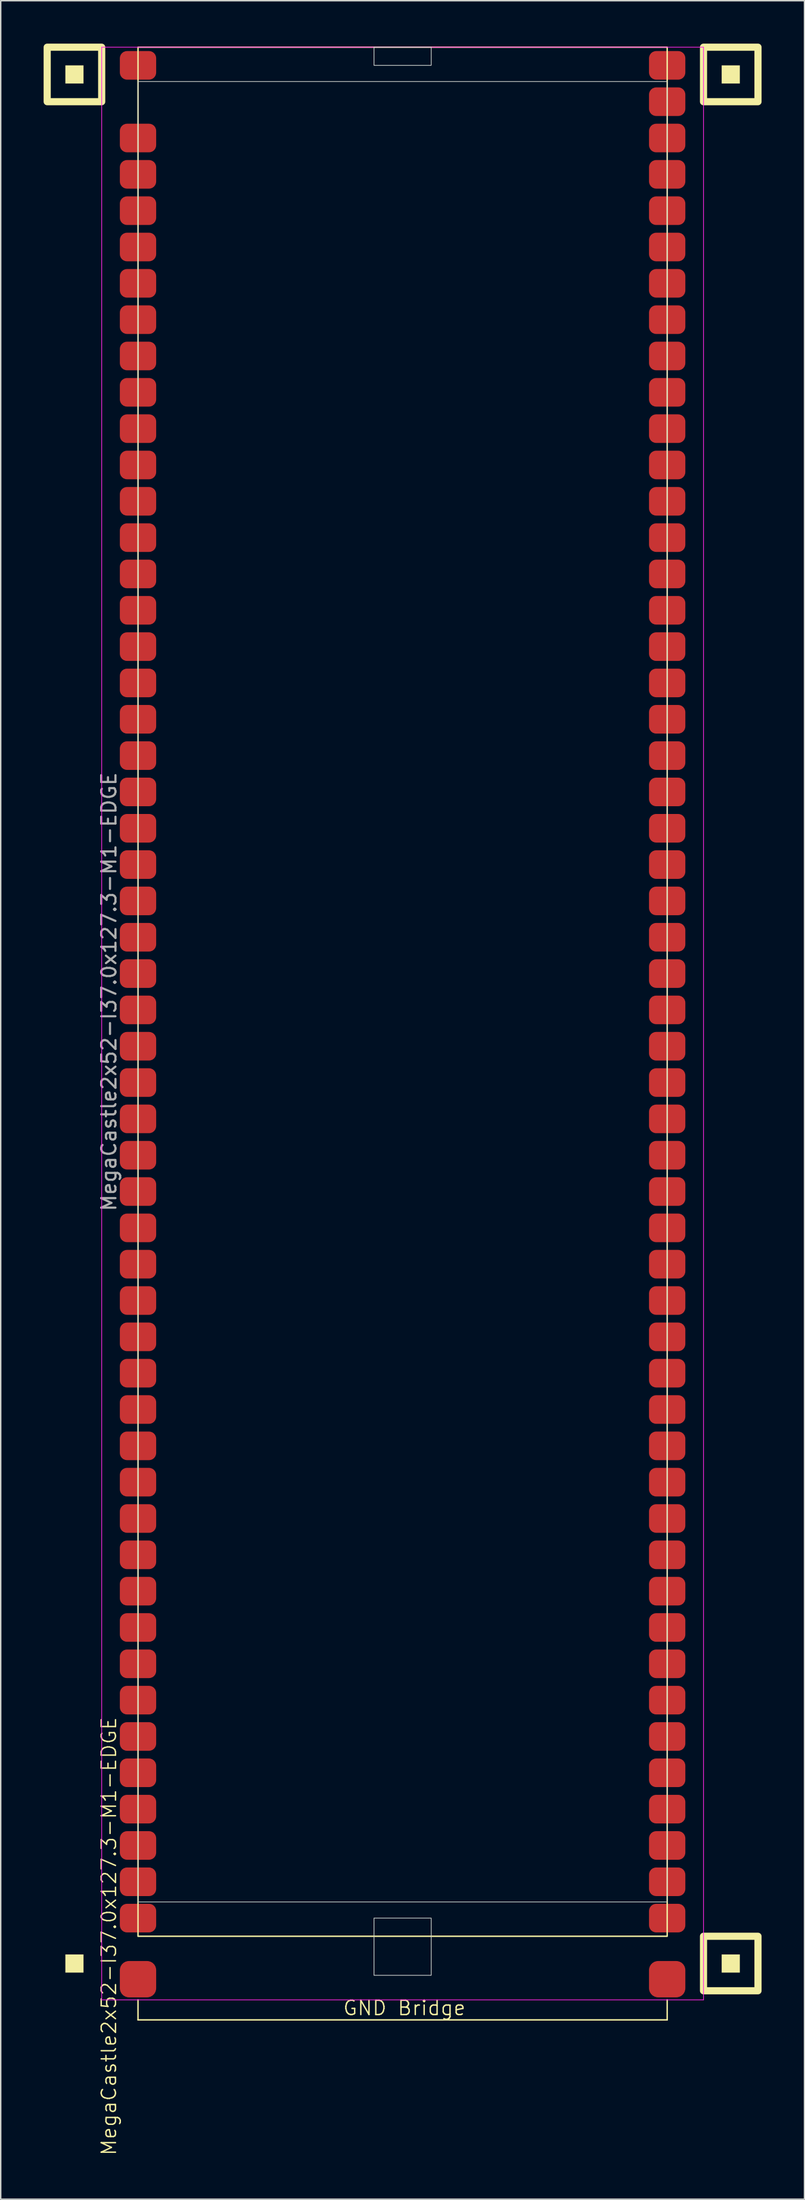
<source format=kicad_pcb>
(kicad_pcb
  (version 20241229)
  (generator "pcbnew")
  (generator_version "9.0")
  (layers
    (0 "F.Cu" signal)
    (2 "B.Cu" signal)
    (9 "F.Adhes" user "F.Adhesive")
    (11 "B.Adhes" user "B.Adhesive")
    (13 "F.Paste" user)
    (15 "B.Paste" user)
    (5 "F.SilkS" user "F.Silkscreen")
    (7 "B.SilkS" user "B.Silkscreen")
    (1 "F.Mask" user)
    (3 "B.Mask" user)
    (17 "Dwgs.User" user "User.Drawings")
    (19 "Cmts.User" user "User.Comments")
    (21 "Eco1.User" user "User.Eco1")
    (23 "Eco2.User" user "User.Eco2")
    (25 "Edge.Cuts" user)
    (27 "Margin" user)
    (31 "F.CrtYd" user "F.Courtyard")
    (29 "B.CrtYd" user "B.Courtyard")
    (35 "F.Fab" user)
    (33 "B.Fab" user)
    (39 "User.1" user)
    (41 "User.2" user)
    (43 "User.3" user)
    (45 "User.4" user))
  (footprint "MegaCastle2x52-I37.0x127.3-M1-EDGE"
    (layer "F.Cu")
    (at 25.1 66.29)
    (property "Reference" "MegaCastle2x52-I37.0x127.3-M1-EDGE" (at -20.532 66.04 90) (unlocked yes) (layer "F.SilkS") (effects (font (size 1 1) (thickness 0.1))))
    (attr smd)
    (fp_line (start -18.5 70.485) (end -18.5 71.885) (stroke (width 0.1) (type default)) (layer "F.SilkS"))
    (fp_line (start -18.5 71.885) (end 18.5 71.885) (stroke (width 0.1) (type default)) (layer "F.SilkS"))
    (fp_line (start 18.5 70.485) (end 18.5 71.885) (stroke (width 0.1) (type default)) (layer "F.SilkS"))
    (fp_rect (start -22.31 -63.5) (end -23.58 -64.77) (stroke (width 0) (type solid)) (fill yes) (layer "F.SilkS"))
    (fp_rect (start -22.31 68.58) (end -23.58 67.31) (stroke (width 0) (type solid)) (fill yes) (layer "F.SilkS"))
    (fp_rect (start -21.04 -62.23) (end -24.85 -66.04) (stroke (width 0.5) (type default)) (fill no) (layer "F.SilkS"))
    (fp_rect (start -18.5 -66.04) (end 18.5 66.04) (stroke (width 0.1) (type default)) (fill no) (layer "F.SilkS"))
    (fp_rect (start 23.58 -63.5) (end 22.31 -64.77) (stroke (width 0) (type solid)) (fill yes) (layer "F.SilkS"))
    (fp_rect (start 23.58 68.58) (end 22.31 67.31) (stroke (width 0) (type solid)) (fill yes) (layer "F.SilkS"))
    (fp_rect (start 24.85 -62.23) (end 21.04 -66.04) (stroke (width 0.5) (type default)) (fill no) (layer "F.SilkS"))
    (fp_rect (start 24.85 69.85) (end 21.04 66.04) (stroke (width 0.5) (type default)) (fill no) (layer "F.SilkS"))
    (fp_rect (start -18.5 -63.64) (end 18.5 63.64) (stroke (width 0.05) (type default)) (fill no) (layer "Edge.Cuts"))
    (fp_rect (start -2 -64.77) (end 2 -66.04) (stroke (width 0.05) (type default)) (fill no) (layer "Edge.Cuts"))
    (fp_rect (start -2 64.77) (end 2 68.77) (stroke (width 0.05) (type default)) (fill no) (layer "Edge.Cuts"))
    (fp_line (start -21.04 -66.04) (end -21.04 70.485) (stroke (width 0.05) (type default)) (layer "F.CrtYd"))
    (fp_line (start -21.04 70.485) (end 21.04 70.485) (stroke (width 0.05) (type default)) (layer "F.CrtYd"))
    (fp_line (start 21.04 -66.04) (end -21.04 -66.04) (stroke (width 0.05) (type default)) (layer "F.CrtYd"))
    (fp_line (start 21.04 -66.04) (end 21.04 70.485) (stroke (width 0.05) (type default)) (layer "F.CrtYd"))
    (fp_text user "GND Bridge" (at -4.226 71.64 0) (unlocked yes) (layer "F.SilkS") (effects (font (size 1 1) (thickness 0.1)) (justify left bottom)))
    (fp_text user "${REFERENCE}" (at -20.532 0 90) (unlocked yes) (layer "F.Fab") (effects (font (size 1 1) (thickness 0.15))))
    (pad "1" smd roundrect (at -18.5 -64.77) (size 2.54 2) (layers "F.Cu" "F.Mask" "F.Paste") (roundrect_rratio 0.25))
    (pad "3" smd roundrect (at -18.5 -59.69) (size 2.54 2) (layers "F.Cu" "F.Mask" "F.Paste") (roundrect_rratio 0.25))
    (pad "4" smd roundrect (at -18.5 -57.15) (size 2.54 2) (layers "F.Cu" "F.Mask" "F.Paste") (roundrect_rratio 0.25))
    (pad "5" smd roundrect (at -18.5 -54.61) (size 2.54 2) (layers "F.Cu" "F.Mask" "F.Paste") (roundrect_rratio 0.25))
    (pad "6" smd roundrect (at -18.5 -52.07) (size 2.54 2) (layers "F.Cu" "F.Mask" "F.Paste") (roundrect_rratio 0.25))
    (pad "7" smd roundrect (at -18.5 -49.53) (size 2.54 2) (layers "F.Cu" "F.Mask" "F.Paste") (roundrect_rratio 0.25))
    (pad "8" smd roundrect (at -18.5 -46.99) (size 2.54 2) (layers "F.Cu" "F.Mask" "F.Paste") (roundrect_rratio 0.25))
    (pad "9" smd roundrect (at -18.5 -44.45) (size 2.54 2) (layers "F.Cu" "F.Mask" "F.Paste") (roundrect_rratio 0.25))
    (pad "10" smd roundrect (at -18.5 -41.91) (size 2.54 2) (layers "F.Cu" "F.Mask" "F.Paste") (roundrect_rratio 0.25))
    (pad "11" smd roundrect (at -18.5 -39.37) (size 2.54 2) (layers "F.Cu" "F.Mask" "F.Paste") (roundrect_rratio 0.25))
    (pad "12" smd roundrect (at -18.5 -36.83) (size 2.54 2) (layers "F.Cu" "F.Mask" "F.Paste") (roundrect_rratio 0.25))
    (pad "13" smd roundrect (at -18.5 -34.29) (size 2.54 2) (layers "F.Cu" "F.Mask" "F.Paste") (roundrect_rratio 0.25))
    (pad "14" smd roundrect (at -18.5 -31.75) (size 2.54 2) (layers "F.Cu" "F.Mask" "F.Paste") (roundrect_rratio 0.25))
    (pad "15" smd roundrect (at -18.5 -29.21) (size 2.54 2) (layers "F.Cu" "F.Mask" "F.Paste") (roundrect_rratio 0.25))
    (pad "16" smd roundrect (at -18.5 -26.67) (size 2.54 2) (layers "F.Cu" "F.Mask" "F.Paste") (roundrect_rratio 0.25))
    (pad "17" smd roundrect (at -18.5 -24.13) (size 2.54 2) (layers "F.Cu" "F.Mask" "F.Paste") (roundrect_rratio 0.25))
    (pad "18" smd roundrect (at -18.5 -21.59) (size 2.54 2) (layers "F.Cu" "F.Mask" "F.Paste") (roundrect_rratio 0.25))
    (pad "19" smd roundrect (at -18.5 -19.05) (size 2.54 2) (layers "F.Cu" "F.Mask" "F.Paste") (roundrect_rratio 0.25))
    (pad "20" smd roundrect (at -18.5 -16.51) (size 2.54 2) (layers "F.Cu" "F.Mask" "F.Paste") (roundrect_rratio 0.25))
    (pad "21" smd roundrect (at -18.5 -13.97) (size 2.54 2) (layers "F.Cu" "F.Mask" "F.Paste") (roundrect_rratio 0.25))
    (pad "22" smd roundrect (at -18.5 -11.43) (size 2.54 2) (layers "F.Cu" "F.Mask" "F.Paste") (roundrect_rratio 0.25))
    (pad "23" smd roundrect (at -18.5 -8.89) (size 2.54 2) (layers "F.Cu" "F.Mask" "F.Paste") (roundrect_rratio 0.25))
    (pad "24" smd roundrect (at -18.5 -6.35) (size 2.54 2) (layers "F.Cu" "F.Mask" "F.Paste") (roundrect_rratio 0.25))
    (pad "25" smd roundrect (at -18.5 -3.81) (size 2.54 2) (layers "F.Cu" "F.Mask" "F.Paste") (roundrect_rratio 0.25))
    (pad "26" smd roundrect (at -18.5 -1.27) (size 2.54 2) (layers "F.Cu" "F.Mask" "F.Paste") (roundrect_rratio 0.25))
    (pad "27" smd roundrect (at -18.5 1.27) (size 2.54 2) (layers "F.Cu" "F.Mask" "F.Paste") (roundrect_rratio 0.25))
    (pad "28" smd roundrect (at -18.5 3.81) (size 2.54 2) (layers "F.Cu" "F.Mask" "F.Paste") (roundrect_rratio 0.25))
    (pad "29" smd roundrect (at -18.5 6.35) (size 2.54 2) (layers "F.Cu" "F.Mask" "F.Paste") (roundrect_rratio 0.25))
    (pad "30" smd roundrect (at -18.5 8.89) (size 2.54 2) (layers "F.Cu" "F.Mask" "F.Paste") (roundrect_rratio 0.25))
    (pad "31" smd roundrect (at -18.5 11.43) (size 2.54 2) (layers "F.Cu" "F.Mask" "F.Paste") (roundrect_rratio 0.25))
    (pad "32" smd roundrect (at -18.5 13.97) (size 2.54 2) (layers "F.Cu" "F.Mask" "F.Paste") (roundrect_rratio 0.25))
    (pad "33" smd roundrect (at -18.5 16.51) (size 2.54 2) (layers "F.Cu" "F.Mask" "F.Paste") (roundrect_rratio 0.25))
    (pad "34" smd roundrect (at -18.5 19.05) (size 2.54 2) (layers "F.Cu" "F.Mask" "F.Paste") (roundrect_rratio 0.25))
    (pad "35" smd roundrect (at -18.5 21.59) (size 2.54 2) (layers "F.Cu" "F.Mask" "F.Paste") (roundrect_rratio 0.25))
    (pad "36" smd roundrect (at -18.5 24.13) (size 2.54 2) (layers "F.Cu" "F.Mask" "F.Paste") (roundrect_rratio 0.25))
    (pad "37" smd roundrect (at -18.5 26.67) (size 2.54 2) (layers "F.Cu" "F.Mask" "F.Paste") (roundrect_rratio 0.25))
    (pad "38" smd roundrect (at -18.5 29.21) (size 2.54 2) (layers "F.Cu" "F.Mask" "F.Paste") (roundrect_rratio 0.25))
    (pad "39" smd roundrect (at -18.5 31.75) (size 2.54 2) (layers "F.Cu" "F.Mask" "F.Paste") (roundrect_rratio 0.25))
    (pad "40" smd roundrect (at -18.5 34.29) (size 2.54 2) (layers "F.Cu" "F.Mask" "F.Paste") (roundrect_rratio 0.25))
    (pad "41" smd roundrect (at -18.5 36.83) (size 2.54 2) (layers "F.Cu" "F.Mask" "F.Paste") (roundrect_rratio 0.25))
    (pad "42" smd roundrect (at -18.5 39.37) (size 2.54 2) (layers "F.Cu" "F.Mask" "F.Paste") (roundrect_rratio 0.25))
    (pad "43" smd roundrect (at -18.5 41.91) (size 2.54 2) (layers "F.Cu" "F.Mask" "F.Paste") (roundrect_rratio 0.25))
    (pad "44" smd roundrect (at -18.5 44.45) (size 2.54 2) (layers "F.Cu" "F.Mask" "F.Paste") (roundrect_rratio 0.25))
    (pad "45" smd roundrect (at -18.5 46.99) (size 2.54 2) (layers "F.Cu" "F.Mask" "F.Paste") (roundrect_rratio 0.25))
    (pad "46" smd roundrect (at -18.5 49.53) (size 2.54 2) (layers "F.Cu" "F.Mask" "F.Paste") (roundrect_rratio 0.25))
    (pad "47" smd roundrect (at -18.5 52.07) (size 2.54 2) (layers "F.Cu" "F.Mask" "F.Paste") (roundrect_rratio 0.25))
    (pad "48" smd roundrect (at -18.5 54.61) (size 2.54 2) (layers "F.Cu" "F.Mask" "F.Paste") (roundrect_rratio 0.25))
    (pad "49" smd roundrect (at -18.5 57.15) (size 2.54 2) (layers "F.Cu" "F.Mask" "F.Paste") (roundrect_rratio 0.25))
    (pad "50" smd roundrect (at -18.5 59.69) (size 2.54 2) (layers "F.Cu" "F.Mask" "F.Paste") (roundrect_rratio 0.25))
    (pad "51" smd roundrect (at -18.5 62.23) (size 2.54 2) (layers "F.Cu" "F.Mask" "F.Paste") (roundrect_rratio 0.25))
    (pad "52" smd roundrect (at -18.5 64.77) (size 2.54 2) (layers "F.Cu" "F.Mask" "F.Paste") (roundrect_rratio 0.25))
    (pad "53" smd roundrect (at 18.5 -64.77) (size 2.54 2) (layers "F.Cu" "F.Mask" "F.Paste") (roundrect_rratio 0.25))
    (pad "54" smd roundrect (at 18.5 -62.23) (size 2.54 2) (layers "F.Cu" "F.Mask" "F.Paste") (roundrect_rratio 0.25))
    (pad "55" smd roundrect (at 18.5 -59.69) (size 2.54 2) (layers "F.Cu" "F.Mask" "F.Paste") (roundrect_rratio 0.25))
    (pad "56" smd roundrect (at 18.5 -57.15) (size 2.54 2) (layers "F.Cu" "F.Mask" "F.Paste") (roundrect_rratio 0.25))
    (pad "57" smd roundrect (at 18.5 -54.61) (size 2.54 2) (layers "F.Cu" "F.Mask" "F.Paste") (roundrect_rratio 0.25))
    (pad "58" smd roundrect (at 18.5 -52.07) (size 2.54 2) (layers "F.Cu" "F.Mask" "F.Paste") (roundrect_rratio 0.25))
    (pad "59" smd roundrect (at 18.5 -49.53) (size 2.54 2) (layers "F.Cu" "F.Mask" "F.Paste") (roundrect_rratio 0.25))
    (pad "60" smd roundrect (at 18.5 -46.99) (size 2.54 2) (layers "F.Cu" "F.Mask" "F.Paste") (roundrect_rratio 0.25))
    (pad "61" smd roundrect (at 18.5 -44.45) (size 2.54 2) (layers "F.Cu" "F.Mask" "F.Paste") (roundrect_rratio 0.25))
    (pad "62" smd roundrect (at 18.5 -41.91) (size 2.54 2) (layers "F.Cu" "F.Mask" "F.Paste") (roundrect_rratio 0.25))
    (pad "63" smd roundrect (at 18.5 -39.37) (size 2.54 2) (layers "F.Cu" "F.Mask" "F.Paste") (roundrect_rratio 0.25))
    (pad "64" smd roundrect (at 18.5 -36.83) (size 2.54 2) (layers "F.Cu" "F.Mask" "F.Paste") (roundrect_rratio 0.25))
    (pad "65" smd roundrect (at 18.5 -34.29) (size 2.54 2) (layers "F.Cu" "F.Mask" "F.Paste") (roundrect_rratio 0.25))
    (pad "66" smd roundrect (at 18.5 -31.75) (size 2.54 2) (layers "F.Cu" "F.Mask" "F.Paste") (roundrect_rratio 0.25))
    (pad "67" smd roundrect (at 18.5 -29.21) (size 2.54 2) (layers "F.Cu" "F.Mask" "F.Paste") (roundrect_rratio 0.25))
    (pad "68" smd roundrect (at 18.5 -26.67) (size 2.54 2) (layers "F.Cu" "F.Mask" "F.Paste") (roundrect_rratio 0.25))
    (pad "69" smd roundrect (at 18.5 -24.13) (size 2.54 2) (layers "F.Cu" "F.Mask" "F.Paste") (roundrect_rratio 0.25))
    (pad "70" smd roundrect (at 18.5 -21.59) (size 2.54 2) (layers "F.Cu" "F.Mask" "F.Paste") (roundrect_rratio 0.25))
    (pad "71" smd roundrect (at 18.5 -19.05) (size 2.54 2) (layers "F.Cu" "F.Mask" "F.Paste") (roundrect_rratio 0.25))
    (pad "72" smd roundrect (at 18.5 -16.51) (size 2.54 2) (layers "F.Cu" "F.Mask" "F.Paste") (roundrect_rratio 0.25))
    (pad "73" smd roundrect (at 18.5 -13.97) (size 2.54 2) (layers "F.Cu" "F.Mask" "F.Paste") (roundrect_rratio 0.25))
    (pad "74" smd roundrect (at 18.5 -11.43) (size 2.54 2) (layers "F.Cu" "F.Mask" "F.Paste") (roundrect_rratio 0.25))
    (pad "75" smd roundrect (at 18.5 -8.89) (size 2.54 2) (layers "F.Cu" "F.Mask" "F.Paste") (roundrect_rratio 0.25))
    (pad "76" smd roundrect (at 18.5 -6.35) (size 2.54 2) (layers "F.Cu" "F.Mask" "F.Paste") (roundrect_rratio 0.25))
    (pad "77" smd roundrect (at 18.5 -3.81) (size 2.54 2) (layers "F.Cu" "F.Mask" "F.Paste") (roundrect_rratio 0.25))
    (pad "78" smd roundrect (at 18.5 -1.27) (size 2.54 2) (layers "F.Cu" "F.Mask" "F.Paste") (roundrect_rratio 0.25))
    (pad "79" smd roundrect (at 18.5 1.27) (size 2.54 2) (layers "F.Cu" "F.Mask" "F.Paste") (roundrect_rratio 0.25))
    (pad "80" smd roundrect (at 18.5 3.81) (size 2.54 2) (layers "F.Cu" "F.Mask" "F.Paste") (roundrect_rratio 0.25))
    (pad "81" smd roundrect (at 18.5 6.35) (size 2.54 2) (layers "F.Cu" "F.Mask" "F.Paste") (roundrect_rratio 0.25))
    (pad "82" smd roundrect (at 18.5 8.89) (size 2.54 2) (layers "F.Cu" "F.Mask" "F.Paste") (roundrect_rratio 0.25))
    (pad "83" smd roundrect (at 18.5 11.43) (size 2.54 2) (layers "F.Cu" "F.Mask" "F.Paste") (roundrect_rratio 0.25))
    (pad "84" smd roundrect (at 18.5 13.97) (size 2.54 2) (layers "F.Cu" "F.Mask" "F.Paste") (roundrect_rratio 0.25))
    (pad "85" smd roundrect (at 18.5 16.51) (size 2.54 2) (layers "F.Cu" "F.Mask" "F.Paste") (roundrect_rratio 0.25))
    (pad "86" smd roundrect (at 18.5 19.05) (size 2.54 2) (layers "F.Cu" "F.Mask" "F.Paste") (roundrect_rratio 0.25))
    (pad "87" smd roundrect (at 18.5 21.59) (size 2.54 2) (layers "F.Cu" "F.Mask" "F.Paste") (roundrect_rratio 0.25))
    (pad "88" smd roundrect (at 18.5 24.13) (size 2.54 2) (layers "F.Cu" "F.Mask" "F.Paste") (roundrect_rratio 0.25))
    (pad "89" smd roundrect (at 18.5 26.67) (size 2.54 2) (layers "F.Cu" "F.Mask" "F.Paste") (roundrect_rratio 0.25))
    (pad "90" smd roundrect (at 18.5 29.21) (size 2.54 2) (layers "F.Cu" "F.Mask" "F.Paste") (roundrect_rratio 0.25))
    (pad "91" smd roundrect (at 18.5 31.75) (size 2.54 2) (layers "F.Cu" "F.Mask" "F.Paste") (roundrect_rratio 0.25))
    (pad "92" smd roundrect (at 18.5 34.29) (size 2.54 2) (layers "F.Cu" "F.Mask" "F.Paste") (roundrect_rratio 0.25))
    (pad "93" smd roundrect (at 18.5 36.83) (size 2.54 2) (layers "F.Cu" "F.Mask" "F.Paste") (roundrect_rratio 0.25))
    (pad "94" smd roundrect (at 18.5 39.37) (size 2.54 2) (layers "F.Cu" "F.Mask" "F.Paste") (roundrect_rratio 0.25))
    (pad "95" smd roundrect (at 18.5 41.91) (size 2.54 2) (layers "F.Cu" "F.Mask" "F.Paste") (roundrect_rratio 0.25))
    (pad "96" smd roundrect (at 18.5 44.45) (size 2.54 2) (layers "F.Cu" "F.Mask" "F.Paste") (roundrect_rratio 0.25))
    (pad "97" smd roundrect (at 18.5 46.99) (size 2.54 2) (layers "F.Cu" "F.Mask" "F.Paste") (roundrect_rratio 0.25))
    (pad "98" smd roundrect (at 18.5 49.53) (size 2.54 2) (layers "F.Cu" "F.Mask" "F.Paste") (roundrect_rratio 0.25))
    (pad "99" smd roundrect (at 18.5 52.07) (size 2.54 2) (layers "F.Cu" "F.Mask" "F.Paste") (roundrect_rratio 0.25))
    (pad "100" smd roundrect (at 18.5 54.61) (size 2.54 2) (layers "F.Cu" "F.Mask" "F.Paste") (roundrect_rratio 0.25))
    (pad "101" smd roundrect (at 18.5 57.15) (size 2.54 2) (layers "F.Cu" "F.Mask" "F.Paste") (roundrect_rratio 0.25))
    (pad "102" smd roundrect (at 18.5 59.69) (size 2.54 2) (layers "F.Cu" "F.Mask" "F.Paste") (roundrect_rratio 0.25))
    (pad "103" smd roundrect (at 18.5 62.23) (size 2.54 2) (layers "F.Cu" "F.Mask" "F.Paste") (roundrect_rratio 0.25))
    (pad "104" smd roundrect (at 18.5 64.77) (size 2.54 2) (layers "F.Cu" "F.Mask" "F.Paste") (roundrect_rratio 0.25))
    (pad "B1" smd roundrect (at -18.5 69.04) (size 2.54 2.54) (layers "F.Cu" "F.Mask" "F.Paste") (roundrect_rratio 0.25))
    (pad "B2" smd roundrect (at 18.5 69.04) (size 2.54 2.54) (layers "F.Cu" "F.Mask" "F.Paste") (roundrect_rratio 0.25)))
  (gr_rect
    (start -3 -3)
    (end 53.2 150.713)
    (stroke (width 0.1) (type default))
    (fill no)
    (layer "Edge.Cuts")))
</source>
